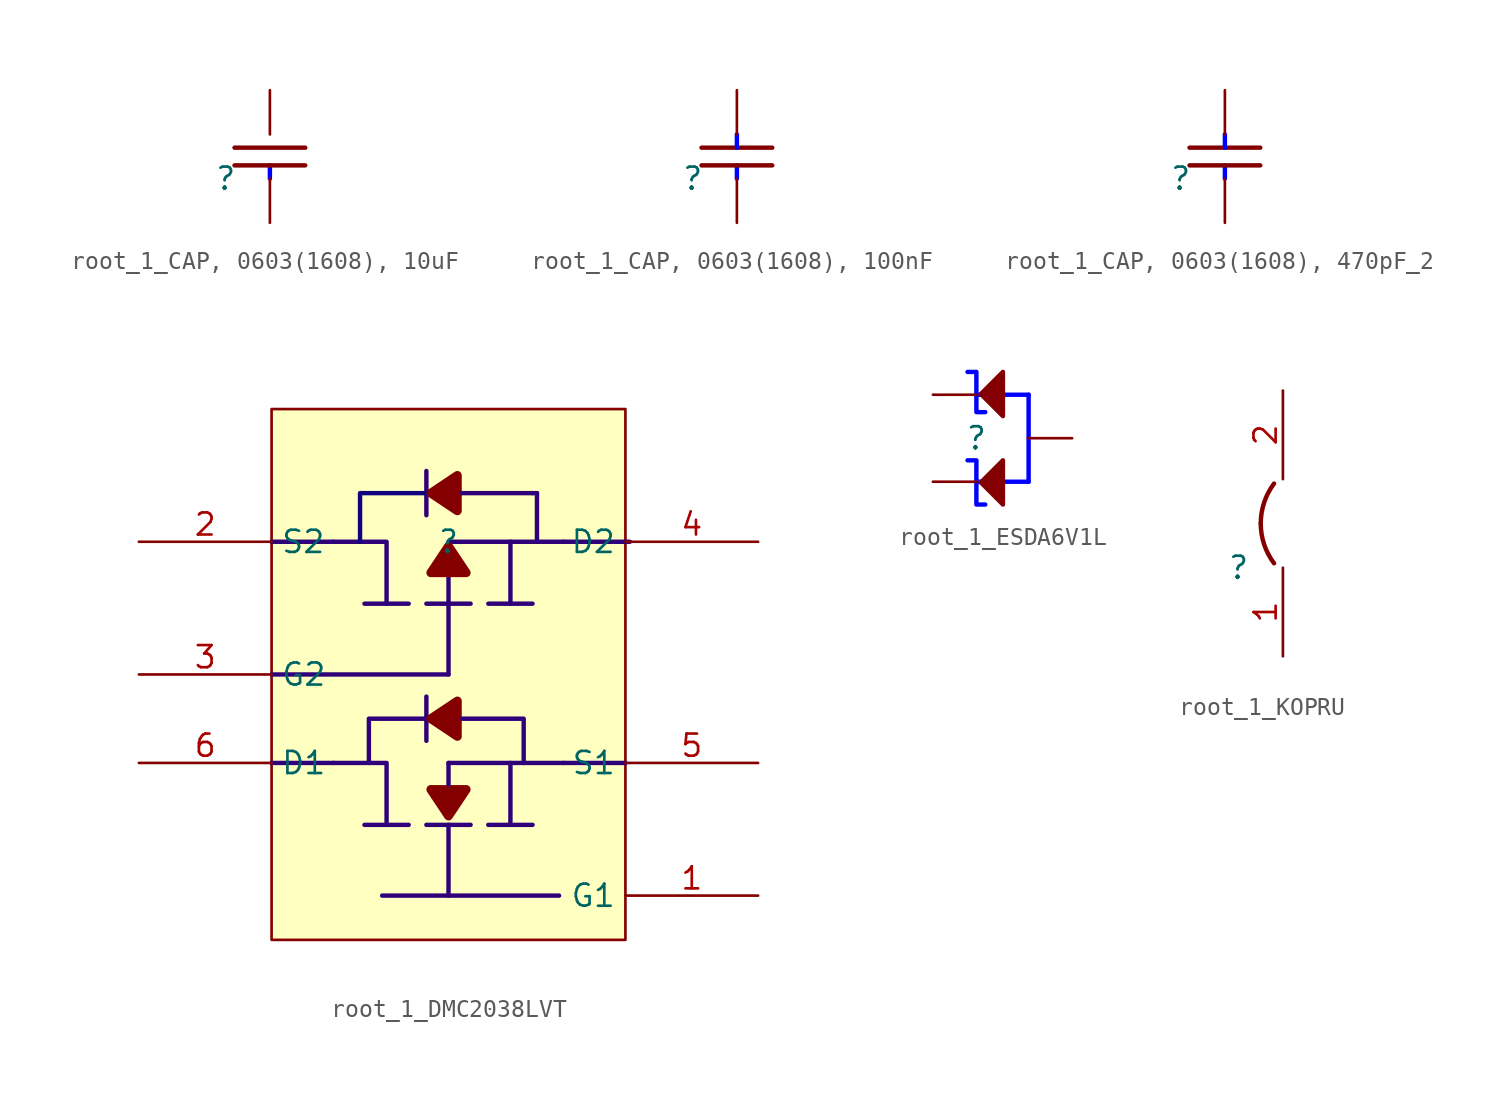
<source format=kicad_sym>
(kicad_symbol_lib
  (version 20220914)
  (generator kicad_symbol_editor)
  (symbol "root_1_CAP, 0603(1608), 10uF"
    (property "Reference" ""
      (at 0 0 0)
      (effects (font (size 1.27 1.27))))
    (property "Value" ""
      (at 0 0 0)
      (effects (font (size 1.27 1.27))))
    (symbol "root_1_CAP, 0603(1608), 10uF_1_0"
      (polyline (pts (xy 0.508 1.778) (xy 4.572 1.778)) (stroke (width 0.254) (type solid)) (fill (type none)))
      (polyline (pts (xy 2.54 0) (xy 2.54 0.762)) (stroke (width 0.254) (type solid) (color 0 0 255 1)) (fill (type none)))
      (polyline (pts (xy 4.572 0.762) (xy 0.508 0.762)) (stroke (width 0.254) (type solid)) (fill (type none)))
      (pin passive line (at 2.54 -2.54 90) (length 2.54) (name "1" (effects (font (size 0 0)))) (number "1" (effects (font (size 0 0)))))
      (pin passive line (at 2.54 5.08 270) (length 2.54) (name "2" (effects (font (size 0 0)))) (number "2" (effects (font (size 0 0)))))))
  (symbol "root_1_CAP, 0603(1608), 100nF"
    (property "Reference" ""
      (at 0 0 0)
      (effects (font (size 1.27 1.27))))
    (property "Value" ""
      (at 0 0 0)
      (effects (font (size 1.27 1.27))))
    (symbol "root_1_CAP, 0603(1608), 100nF_1_0"
      (polyline (pts (xy 0.508 1.778) (xy 4.572 1.778)) (stroke (width 0.254) (type solid)) (fill (type none)))
      (polyline (pts (xy 2.54 0) (xy 2.54 0.762)) (stroke (width 0.254) (type solid) (color 0 0 255 1)) (fill (type none)))
      (polyline (pts (xy 2.54 2.54) (xy 2.54 1.778)) (stroke (width 0.254) (type solid) (color 0 0 255 1)) (fill (type none)))
      (polyline (pts (xy 4.572 0.762) (xy 0.508 0.762)) (stroke (width 0.254) (type solid)) (fill (type none)))
      (pin passive line (at 2.54 -2.54 90) (length 2.54) (name "1" (effects (font (size 0 0)))) (number "1" (effects (font (size 0 0)))))
      (pin passive line (at 2.54 5.08 270) (length 2.54) (name "2" (effects (font (size 0 0)))) (number "2" (effects (font (size 0 0)))))))
  (symbol "root_1_CAP, 0603(1608), 470pF_2"
    (property "Reference" ""
      (at 0 0 0)
      (effects (font (size 1.27 1.27))))
    (property "Value" ""
      (at 0 0 0)
      (effects (font (size 1.27 1.27))))
    (symbol "root_1_CAP, 0603(1608), 470pF_2_1_0"
      (polyline (pts (xy 0.508 1.778) (xy 4.572 1.778)) (stroke (width 0.254) (type solid)) (fill (type none)))
      (polyline (pts (xy 2.54 0) (xy 2.54 0.762)) (stroke (width 0.254) (type solid) (color 0 0 255 1)) (fill (type none)))
      (polyline (pts (xy 2.54 2.54) (xy 2.54 1.778)) (stroke (width 0.254) (type solid) (color 0 0 255 1)) (fill (type none)))
      (polyline (pts (xy 4.572 0.762) (xy 0.508 0.762)) (stroke (width 0.254) (type solid)) (fill (type none)))
      (pin passive line (at 2.54 -2.54 90) (length 2.54) (name "1" (effects (font (size 0 0)))) (number "1" (effects (font (size 0 0)))))
      (pin passive line (at 2.54 5.08 270) (length 2.54) (name "2" (effects (font (size 0 0)))) (number "2" (effects (font (size 0 0)))))))
  (symbol "root_1_DMC2038LVT"
    (property "Reference" ""
      (at 0 0 0)
      (effects (font (size 1.27 1.27))))
    (property "Value" ""
      (at 0 0 0)
      (effects (font (size 1.27 1.27))))
    (symbol "root_1_DMC2038LVT_1_0"
      (rectangle (start -10.16 7.62) (end 10.16 -22.86) (stroke (width 0) (type solid)) (fill (type background)))
      (polyline (pts (xy -6.604 -12.7) (xy -10.16 -12.7)) (stroke (width 0.254) (type solid) (color 48 0 123 1)) (fill (type none)))
      (polyline (pts (xy -6.604 0) (xy -10.16 0)) (stroke (width 0.254) (type solid) (color 48 0 123 1)) (fill (type none)))
      (polyline (pts (xy -4.826 -16.256) (xy -2.286 -16.256)) (stroke (width 0.254) (type solid) (color 48 0 123 1)) (fill (type none)))
      (polyline (pts (xy -4.826 -3.556) (xy -2.286 -3.556)) (stroke (width 0.254) (type solid) (color 48 0 123 1)) (fill (type none)))
      (polyline (pts (xy -1.27 -16.256) (xy 1.27 -16.256)) (stroke (width 0.254) (type solid) (color 48 0 123 1)) (fill (type none)))
      (polyline (pts (xy -1.27 -8.89) (xy -1.27 -11.43)) (stroke (width 0.254) (type solid) (color 48 0 123 1)) (fill (type none)))
      (polyline (pts (xy -1.27 -3.556) (xy 1.27 -3.556)) (stroke (width 0.254) (type solid) (color 48 0 123 1)) (fill (type none)))
      (polyline (pts (xy -1.27 4.064) (xy -1.27 1.524)) (stroke (width 0.254) (type solid) (color 48 0 123 1)) (fill (type none)))
      (polyline (pts (xy 0 -20.32) (xy 0 -16.256)) (stroke (width 0.254) (type solid) (color 48 0 123 1)) (fill (type none)))
      (polyline (pts (xy 0 -12.7) (xy 0 -13.97)) (stroke (width 0.254) (type solid) (color 48 0 123 1)) (fill (type none)))
      (polyline (pts (xy 0 -7.62) (xy -10.16 -7.62)) (stroke (width 0.254) (type solid) (color 48 0 123 1)) (fill (type none)))
      (polyline (pts (xy 0 -3.556) (xy 0 -7.62)) (stroke (width 0.254) (type solid) (color 48 0 123 1)) (fill (type none)))
      (polyline (pts (xy 0 -1.778) (xy 0 -3.556)) (stroke (width 0.254) (type solid) (color 48 0 123 1)) (fill (type none)))
      (polyline (pts (xy 0 0) (xy 6.604 0)) (stroke (width 0.254) (type solid) (color 48 0 123 1)) (fill (type none)))
      (polyline (pts (xy 0.762 2.794) (xy 4.826 2.794)) (stroke (width 0.254) (type solid) (color 48 0 123 1)) (fill (type none)))
      (polyline (pts (xy 2.286 -16.256) (xy 4.826 -16.256)) (stroke (width 0.254) (type solid) (color 48 0 123 1)) (fill (type none)))
      (polyline (pts (xy 2.286 -3.556) (xy 4.826 -3.556)) (stroke (width 0.254) (type solid) (color 48 0 123 1)) (fill (type none)))
      (polyline (pts (xy 3.556 -16.256) (xy 3.556 -12.7)) (stroke (width 0.254) (type solid) (color 48 0 123 1)) (fill (type none)))
      (polyline (pts (xy 3.556 -3.556) (xy 3.556 0)) (stroke (width 0.254) (type solid) (color 48 0 123 1)) (fill (type none)))
      (polyline (pts (xy 4.826 2.794) (xy 5.08 2.794)) (stroke (width 0.254) (type solid) (color 48 0 123 1)) (fill (type none)))
      (polyline (pts (xy 5.08 0) (xy 5.08 2.794)) (stroke (width 0.254) (type solid) (color 48 0 123 1)) (fill (type none)))
      (polyline (pts (xy 6.35 -20.32) (xy -3.81 -20.32)) (stroke (width 0.254) (type solid) (color 48 0 123 1)) (fill (type none)))
      (polyline (pts (xy 6.604 -12.7) (xy 0 -12.7)) (stroke (width 0.254) (type solid) (color 48 0 123 1)) (fill (type none)))
      (polyline (pts (xy 6.604 -12.7) (xy 10.16 -12.7)) (stroke (width 0.254) (type solid) (color 48 0 123 1)) (fill (type none)))
      (polyline (pts (xy 6.604 0) (xy 10.414 0)) (stroke (width 0.254) (type solid) (color 48 0 123 1)) (fill (type none)))
      (polyline (pts (xy -3.556 -16.256) (xy -3.556 -12.7) (xy -6.604 -12.7)) (stroke (width 0.254) (type solid) (color 48 0 123 1)) (fill (type none)))
      (polyline (pts (xy -3.556 -3.556) (xy -3.556 0) (xy -6.604 0)) (stroke (width 0.254) (type solid) (color 48 0 123 1)) (fill (type none)))
      (polyline (pts (xy -1.27 -10.16) (xy -4.572 -10.16) (xy -4.572 -12.7)) (stroke (width 0.254) (type solid) (color 48 0 123 1)) (fill (type none)))
      (polyline (pts (xy -1.27 2.794) (xy -5.08 2.794) (xy -5.08 0)) (stroke (width 0.254) (type solid) (color 17 3 127 1)) (fill (type none)))
      (polyline (pts (xy 0.762 -10.16) (xy 4.318 -10.16) (xy 4.318 -12.7)) (stroke (width 0.254) (type solid) (color 48 0 123 1)) (fill (type none)))
      (polyline (pts (xy -1.016 -14.224) (xy 1.016 -14.224) (xy 0 -15.748) (xy -1.016 -14.224)) (stroke (width 0.508) (type solid)) (fill (type outline)))
      (polyline (pts (xy 0.508 -9.144) (xy 0.508 -11.176) (xy -1.016 -10.16) (xy 0.508 -9.144)) (stroke (width 0.508) (type solid)) (fill (type outline)))
      (polyline (pts (xy 0.508 3.81) (xy 0.508 1.778) (xy -1.016 2.794) (xy 0.508 3.81)) (stroke (width 0.508) (type solid)) (fill (type outline)))
      (polyline (pts (xy 1.016 -1.778) (xy -1.016 -1.778) (xy 0 -0.254) (xy 1.016 -1.778)) (stroke (width 0.508) (type solid)) (fill (type outline)))
      (pin passive line (at 17.78 -20.32 180) (length 7.62) (name "G1" (effects (font (size 1.27 1.27)))) (number "1" (effects (font (size 1.27 1.27)))))
      (pin passive line (at -17.78 0 0) (length 7.62) (name "S2" (effects (font (size 1.27 1.27)))) (number "2" (effects (font (size 1.27 1.27)))))
      (pin passive line (at -17.78 -7.62 0) (length 7.62) (name "G2" (effects (font (size 1.27 1.27)))) (number "3" (effects (font (size 1.27 1.27)))))
      (pin passive line (at 17.78 0 180) (length 7.62) (name "D2" (effects (font (size 1.27 1.27)))) (number "4" (effects (font (size 1.27 1.27)))))
      (pin passive line (at 17.78 -12.7 180) (length 7.62) (name "S1" (effects (font (size 1.27 1.27)))) (number "5" (effects (font (size 1.27 1.27)))))
      (pin passive line (at -17.78 -12.7 0) (length 7.62) (name "D1" (effects (font (size 1.27 1.27)))) (number "6" (effects (font (size 1.27 1.27)))))))
  (symbol "root_1_ESDA6V1L"
    (property "Reference" ""
      (at 0 0 0)
      (effects (font (size 1.27 1.27))))
    (property "Value" ""
      (at 0 0 0)
      (effects (font (size 1.27 1.27))))
    (symbol "root_1_ESDA6V1L_1_0"
      (polyline (pts (xy 0 -2.5) (xy 3 -2.5)) (stroke (width 0.254) (type solid) (color 0 0 255 1)) (fill (type none)))
      (polyline (pts (xy 0 2.5) (xy 3 2.5)) (stroke (width 0.254) (type solid) (color 0 0 255 1)) (fill (type none)))
      (polyline (pts (xy 3 -2.5) (xy 3 2.5)) (stroke (width 0.254) (type solid) (color 0 0 255 1)) (fill (type none)))
      (polyline (pts (xy -0.508 -1.27) (xy 0 -1.27) (xy 0 -3.81) (xy 0.508 -3.81)) (stroke (width 0.254) (type solid) (color 0 0 255 1)) (fill (type none)))
      (polyline (pts (xy -0.508 3.81) (xy 0 3.81) (xy 0 1.5) (xy 0.508 1.5)) (stroke (width 0.254) (type solid) (color 0 0 255 1)) (fill (type none)))
      (polyline (pts (xy 1.524 -1.27) (xy 0.254 -2.54) (xy 1.524 -3.81) (xy 1.524 -1.27)) (stroke (width 0.254) (type solid)) (fill (type outline)))
      (polyline (pts (xy 1.524 3.81) (xy 0.254 2.54) (xy 1.524 1.27) (xy 1.524 3.81)) (stroke (width 0.254) (type solid)) (fill (type outline)))
      (pin passive line (at 5.5 0 180) (length 2.54) (name "1" (effects (font (size 0 0)))) (number "1" (effects (font (size 0 0)))))
      (pin passive line (at -2.5 -2.5 0) (length 2.54) (name "2" (effects (font (size 0 0)))) (number "2" (effects (font (size 0 0)))))
      (pin passive line (at -2.5 2.5 0) (length 2.54) (name "3" (effects (font (size 0 0)))) (number "3" (effects (font (size 0 0)))))))
  (symbol "root_1_KOPRU"
    (property "Reference" ""
      (at 0 0 0)
      (effects (font (size 1.27 1.27))))
    (property "Value" ""
      (at 0 0 0)
      (effects (font (size 1.27 1.27))))
    (symbol "root_1_KOPRU_1_0"
      (arc (start 1.27 2.54) (mid 1.4655 1.3352) (end 2.032 0.254) (stroke (width 0.254) (type solid)) (fill (type none)))
      (arc (start 2.032 4.826) (mid 1.4655 3.7448) (end 1.27 2.54) (stroke (width 0.254) (type solid)) (fill (type none)))
      (pin passive line (at 2.54 -5.08 90) (length 5.08) (name "1" (effects (font (size 0 0)))) (number "1" (effects (font (size 1.27 1.27)))))
      (pin passive line (at 2.54 10.16 270) (length 5.08) (name "2" (effects (font (size 0 0)))) (number "2" (effects (font (size 1.27 1.27))))))))
</source>
